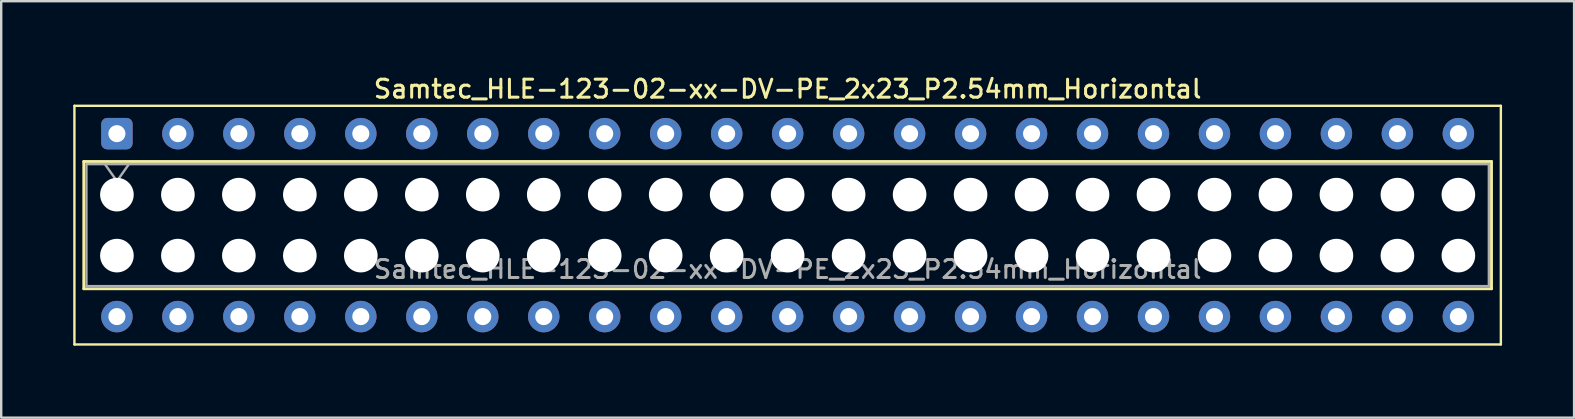
<source format=kicad_pcb>
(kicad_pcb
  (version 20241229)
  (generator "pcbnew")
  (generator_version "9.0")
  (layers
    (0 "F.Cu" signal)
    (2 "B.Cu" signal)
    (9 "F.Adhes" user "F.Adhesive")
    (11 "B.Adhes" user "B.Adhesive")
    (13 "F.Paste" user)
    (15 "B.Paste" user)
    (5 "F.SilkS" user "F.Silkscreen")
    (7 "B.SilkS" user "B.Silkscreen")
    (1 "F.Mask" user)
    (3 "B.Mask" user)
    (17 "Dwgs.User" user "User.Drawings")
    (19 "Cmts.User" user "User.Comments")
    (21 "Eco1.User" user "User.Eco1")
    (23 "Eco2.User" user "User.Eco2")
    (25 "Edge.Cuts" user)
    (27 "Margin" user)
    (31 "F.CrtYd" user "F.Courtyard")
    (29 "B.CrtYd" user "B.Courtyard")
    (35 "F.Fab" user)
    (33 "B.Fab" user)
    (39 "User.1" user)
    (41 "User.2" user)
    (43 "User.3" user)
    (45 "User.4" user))
  (footprint "Samtec_HLE-123-02-xx-DV-PE_2x23_P2.54mm_Horizontal"
    (layer "F.Cu")
    (at 1.82 2.518)
    (property "Reference" "Samtec_HLE-123-02-xx-DV-PE_2x23_P2.54mm_Horizontal" (at 27.94 -1.86 0) (layer "F.SilkS") (effects (font (size 0.75 0.75) (thickness 0.125))))
    (attr through_hole)
    (fp_line (start -1.77 -1.16) (end 57.65 -1.16) (stroke (width 0.1) (type solid)) (layer "F.SilkS"))
    (fp_line (start -1.77 8.78) (end -1.77 -1.16) (stroke (width 0.1) (type solid)) (layer "F.SilkS"))
    (fp_line (start -1.38 1.16) (end 57.26 1.16) (stroke (width 0.12) (type solid)) (layer "F.SilkS"))
    (fp_line (start -1.38 6.46) (end -1.38 1.16) (stroke (width 0.12) (type solid)) (layer "F.SilkS"))
    (fp_line (start 57.26 1.16) (end 57.26 6.46) (stroke (width 0.12) (type solid)) (layer "F.SilkS"))
    (fp_line (start 57.26 6.46) (end -1.38 6.46) (stroke (width 0.12) (type solid)) (layer "F.SilkS"))
    (fp_line (start 57.65 -1.16) (end 57.65 8.78) (stroke (width 0.1) (type solid)) (layer "F.SilkS"))
    (fp_line (start 57.65 8.78) (end -1.77 8.78) (stroke (width 0.1) (type solid)) (layer "F.SilkS"))
    (fp_line (start -1.27 1.27) (end 57.15 1.27) (stroke (width 0.1) (type solid)) (layer "F.Fab"))
    (fp_line (start -1.27 6.35) (end -1.27 1.27) (stroke (width 0.1) (type solid)) (layer "F.Fab"))
    (fp_line (start -0.5 1.27) (end 0 1.977) (stroke (width 0.1) (type solid)) (layer "F.Fab"))
    (fp_line (start 0 1.977) (end 0.5 1.27) (stroke (width 0.1) (type solid)) (layer "F.Fab"))
    (fp_line (start 57.15 1.27) (end 57.15 6.35) (stroke (width 0.1) (type solid)) (layer "F.Fab"))
    (fp_line (start 57.15 6.35) (end -1.27 6.35) (stroke (width 0.1) (type solid)) (layer "F.Fab"))
    (fp_text user "${REFERENCE}" (at 27.94 5.65 0) (layer "F.Fab") (effects (font (size 0.75 0.75) (thickness 0.125))))
    (pad "" np_thru_hole circle (at 0 2.54) (size 1.4 1.4) (drill 1.4) (layers "*.Cu" "*.Mask"))
    (pad "" np_thru_hole circle (at 0 5.08) (size 1.4 1.4) (drill 1.4) (layers "*.Cu" "*.Mask"))
    (pad "" np_thru_hole circle (at 2.54 2.54) (size 1.4 1.4) (drill 1.4) (layers "*.Cu" "*.Mask"))
    (pad "" np_thru_hole circle (at 2.54 5.08) (size 1.4 1.4) (drill 1.4) (layers "*.Cu" "*.Mask"))
    (pad "" np_thru_hole circle (at 5.08 2.54) (size 1.4 1.4) (drill 1.4) (layers "*.Cu" "*.Mask"))
    (pad "" np_thru_hole circle (at 5.08 5.08) (size 1.4 1.4) (drill 1.4) (layers "*.Cu" "*.Mask"))
    (pad "" np_thru_hole circle (at 7.62 2.54) (size 1.4 1.4) (drill 1.4) (layers "*.Cu" "*.Mask"))
    (pad "" np_thru_hole circle (at 7.62 5.08) (size 1.4 1.4) (drill 1.4) (layers "*.Cu" "*.Mask"))
    (pad "" np_thru_hole circle (at 10.16 2.54) (size 1.4 1.4) (drill 1.4) (layers "*.Cu" "*.Mask"))
    (pad "" np_thru_hole circle (at 10.16 5.08) (size 1.4 1.4) (drill 1.4) (layers "*.Cu" "*.Mask"))
    (pad "" np_thru_hole circle (at 12.7 2.54) (size 1.4 1.4) (drill 1.4) (layers "*.Cu" "*.Mask"))
    (pad "" np_thru_hole circle (at 12.7 5.08) (size 1.4 1.4) (drill 1.4) (layers "*.Cu" "*.Mask"))
    (pad "" np_thru_hole circle (at 15.24 2.54) (size 1.4 1.4) (drill 1.4) (layers "*.Cu" "*.Mask"))
    (pad "" np_thru_hole circle (at 15.24 5.08) (size 1.4 1.4) (drill 1.4) (layers "*.Cu" "*.Mask"))
    (pad "" np_thru_hole circle (at 17.78 2.54) (size 1.4 1.4) (drill 1.4) (layers "*.Cu" "*.Mask"))
    (pad "" np_thru_hole circle (at 17.78 5.08) (size 1.4 1.4) (drill 1.4) (layers "*.Cu" "*.Mask"))
    (pad "" np_thru_hole circle (at 20.32 2.54) (size 1.4 1.4) (drill 1.4) (layers "*.Cu" "*.Mask"))
    (pad "" np_thru_hole circle (at 20.32 5.08) (size 1.4 1.4) (drill 1.4) (layers "*.Cu" "*.Mask"))
    (pad "" np_thru_hole circle (at 22.86 2.54) (size 1.4 1.4) (drill 1.4) (layers "*.Cu" "*.Mask"))
    (pad "" np_thru_hole circle (at 22.86 5.08) (size 1.4 1.4) (drill 1.4) (layers "*.Cu" "*.Mask"))
    (pad "" np_thru_hole circle (at 25.4 2.54) (size 1.4 1.4) (drill 1.4) (layers "*.Cu" "*.Mask"))
    (pad "" np_thru_hole circle (at 25.4 5.08) (size 1.4 1.4) (drill 1.4) (layers "*.Cu" "*.Mask"))
    (pad "" np_thru_hole circle (at 27.94 2.54) (size 1.4 1.4) (drill 1.4) (layers "*.Cu" "*.Mask"))
    (pad "" np_thru_hole circle (at 27.94 5.08) (size 1.4 1.4) (drill 1.4) (layers "*.Cu" "*.Mask"))
    (pad "" np_thru_hole circle (at 30.48 2.54) (size 1.4 1.4) (drill 1.4) (layers "*.Cu" "*.Mask"))
    (pad "" np_thru_hole circle (at 30.48 5.08) (size 1.4 1.4) (drill 1.4) (layers "*.Cu" "*.Mask"))
    (pad "" np_thru_hole circle (at 33.02 2.54) (size 1.4 1.4) (drill 1.4) (layers "*.Cu" "*.Mask"))
    (pad "" np_thru_hole circle (at 33.02 5.08) (size 1.4 1.4) (drill 1.4) (layers "*.Cu" "*.Mask"))
    (pad "" np_thru_hole circle (at 35.56 2.54) (size 1.4 1.4) (drill 1.4) (layers "*.Cu" "*.Mask"))
    (pad "" np_thru_hole circle (at 35.56 5.08) (size 1.4 1.4) (drill 1.4) (layers "*.Cu" "*.Mask"))
    (pad "" np_thru_hole circle (at 38.1 2.54) (size 1.4 1.4) (drill 1.4) (layers "*.Cu" "*.Mask"))
    (pad "" np_thru_hole circle (at 38.1 5.08) (size 1.4 1.4) (drill 1.4) (layers "*.Cu" "*.Mask"))
    (pad "" np_thru_hole circle (at 40.64 2.54) (size 1.4 1.4) (drill 1.4) (layers "*.Cu" "*.Mask"))
    (pad "" np_thru_hole circle (at 40.64 5.08) (size 1.4 1.4) (drill 1.4) (layers "*.Cu" "*.Mask"))
    (pad "" np_thru_hole circle (at 43.18 2.54) (size 1.4 1.4) (drill 1.4) (layers "*.Cu" "*.Mask"))
    (pad "" np_thru_hole circle (at 43.18 5.08) (size 1.4 1.4) (drill 1.4) (layers "*.Cu" "*.Mask"))
    (pad "" np_thru_hole circle (at 45.72 2.54) (size 1.4 1.4) (drill 1.4) (layers "*.Cu" "*.Mask"))
    (pad "" np_thru_hole circle (at 45.72 5.08) (size 1.4 1.4) (drill 1.4) (layers "*.Cu" "*.Mask"))
    (pad "" np_thru_hole circle (at 48.26 2.54) (size 1.4 1.4) (drill 1.4) (layers "*.Cu" "*.Mask"))
    (pad "" np_thru_hole circle (at 48.26 5.08) (size 1.4 1.4) (drill 1.4) (layers "*.Cu" "*.Mask"))
    (pad "" np_thru_hole circle (at 50.8 2.54) (size 1.4 1.4) (drill 1.4) (layers "*.Cu" "*.Mask"))
    (pad "" np_thru_hole circle (at 50.8 5.08) (size 1.4 1.4) (drill 1.4) (layers "*.Cu" "*.Mask"))
    (pad "" np_thru_hole circle (at 53.34 2.54) (size 1.4 1.4) (drill 1.4) (layers "*.Cu" "*.Mask"))
    (pad "" np_thru_hole circle (at 53.34 5.08) (size 1.4 1.4) (drill 1.4) (layers "*.Cu" "*.Mask"))
    (pad "" np_thru_hole circle (at 55.88 2.54) (size 1.4 1.4) (drill 1.4) (layers "*.Cu" "*.Mask"))
    (pad "" np_thru_hole circle (at 55.88 5.08) (size 1.4 1.4) (drill 1.4) (layers "*.Cu" "*.Mask"))
    (pad "1" thru_hole roundrect (at 0 0) (size 1.31 1.31) (drill 0.71) (layers "*.Cu" "*.Mask") (roundrect_rratio 0.191))
    (pad "2" thru_hole circle (at 0 7.62) (size 1.31 1.31) (drill 0.71) (layers "*.Cu" "*.Mask"))
    (pad "3" thru_hole circle (at 2.54 0) (size 1.31 1.31) (drill 0.71) (layers "*.Cu" "*.Mask"))
    (pad "4" thru_hole circle (at 2.54 7.62) (size 1.31 1.31) (drill 0.71) (layers "*.Cu" "*.Mask"))
    (pad "5" thru_hole circle (at 5.08 0) (size 1.31 1.31) (drill 0.71) (layers "*.Cu" "*.Mask"))
    (pad "6" thru_hole circle (at 5.08 7.62) (size 1.31 1.31) (drill 0.71) (layers "*.Cu" "*.Mask"))
    (pad "7" thru_hole circle (at 7.62 0) (size 1.31 1.31) (drill 0.71) (layers "*.Cu" "*.Mask"))
    (pad "8" thru_hole circle (at 7.62 7.62) (size 1.31 1.31) (drill 0.71) (layers "*.Cu" "*.Mask"))
    (pad "9" thru_hole circle (at 10.16 0) (size 1.31 1.31) (drill 0.71) (layers "*.Cu" "*.Mask"))
    (pad "10" thru_hole circle (at 10.16 7.62) (size 1.31 1.31) (drill 0.71) (layers "*.Cu" "*.Mask"))
    (pad "11" thru_hole circle (at 12.7 0) (size 1.31 1.31) (drill 0.71) (layers "*.Cu" "*.Mask"))
    (pad "12" thru_hole circle (at 12.7 7.62) (size 1.31 1.31) (drill 0.71) (layers "*.Cu" "*.Mask"))
    (pad "13" thru_hole circle (at 15.24 0) (size 1.31 1.31) (drill 0.71) (layers "*.Cu" "*.Mask"))
    (pad "14" thru_hole circle (at 15.24 7.62) (size 1.31 1.31) (drill 0.71) (layers "*.Cu" "*.Mask"))
    (pad "15" thru_hole circle (at 17.78 0) (size 1.31 1.31) (drill 0.71) (layers "*.Cu" "*.Mask"))
    (pad "16" thru_hole circle (at 17.78 7.62) (size 1.31 1.31) (drill 0.71) (layers "*.Cu" "*.Mask"))
    (pad "17" thru_hole circle (at 20.32 0) (size 1.31 1.31) (drill 0.71) (layers "*.Cu" "*.Mask"))
    (pad "18" thru_hole circle (at 20.32 7.62) (size 1.31 1.31) (drill 0.71) (layers "*.Cu" "*.Mask"))
    (pad "19" thru_hole circle (at 22.86 0) (size 1.31 1.31) (drill 0.71) (layers "*.Cu" "*.Mask"))
    (pad "20" thru_hole circle (at 22.86 7.62) (size 1.31 1.31) (drill 0.71) (layers "*.Cu" "*.Mask"))
    (pad "21" thru_hole circle (at 25.4 0) (size 1.31 1.31) (drill 0.71) (layers "*.Cu" "*.Mask"))
    (pad "22" thru_hole circle (at 25.4 7.62) (size 1.31 1.31) (drill 0.71) (layers "*.Cu" "*.Mask"))
    (pad "23" thru_hole circle (at 27.94 0) (size 1.31 1.31) (drill 0.71) (layers "*.Cu" "*.Mask"))
    (pad "24" thru_hole circle (at 27.94 7.62) (size 1.31 1.31) (drill 0.71) (layers "*.Cu" "*.Mask"))
    (pad "25" thru_hole circle (at 30.48 0) (size 1.31 1.31) (drill 0.71) (layers "*.Cu" "*.Mask"))
    (pad "26" thru_hole circle (at 30.48 7.62) (size 1.31 1.31) (drill 0.71) (layers "*.Cu" "*.Mask"))
    (pad "27" thru_hole circle (at 33.02 0) (size 1.31 1.31) (drill 0.71) (layers "*.Cu" "*.Mask"))
    (pad "28" thru_hole circle (at 33.02 7.62) (size 1.31 1.31) (drill 0.71) (layers "*.Cu" "*.Mask"))
    (pad "29" thru_hole circle (at 35.56 0) (size 1.31 1.31) (drill 0.71) (layers "*.Cu" "*.Mask"))
    (pad "30" thru_hole circle (at 35.56 7.62) (size 1.31 1.31) (drill 0.71) (layers "*.Cu" "*.Mask"))
    (pad "31" thru_hole circle (at 38.1 0) (size 1.31 1.31) (drill 0.71) (layers "*.Cu" "*.Mask"))
    (pad "32" thru_hole circle (at 38.1 7.62) (size 1.31 1.31) (drill 0.71) (layers "*.Cu" "*.Mask"))
    (pad "33" thru_hole circle (at 40.64 0) (size 1.31 1.31) (drill 0.71) (layers "*.Cu" "*.Mask"))
    (pad "34" thru_hole circle (at 40.64 7.62) (size 1.31 1.31) (drill 0.71) (layers "*.Cu" "*.Mask"))
    (pad "35" thru_hole circle (at 43.18 0) (size 1.31 1.31) (drill 0.71) (layers "*.Cu" "*.Mask"))
    (pad "36" thru_hole circle (at 43.18 7.62) (size 1.31 1.31) (drill 0.71) (layers "*.Cu" "*.Mask"))
    (pad "37" thru_hole circle (at 45.72 0) (size 1.31 1.31) (drill 0.71) (layers "*.Cu" "*.Mask"))
    (pad "38" thru_hole circle (at 45.72 7.62) (size 1.31 1.31) (drill 0.71) (layers "*.Cu" "*.Mask"))
    (pad "39" thru_hole circle (at 48.26 0) (size 1.31 1.31) (drill 0.71) (layers "*.Cu" "*.Mask"))
    (pad "40" thru_hole circle (at 48.26 7.62) (size 1.31 1.31) (drill 0.71) (layers "*.Cu" "*.Mask"))
    (pad "41" thru_hole circle (at 50.8 0) (size 1.31 1.31) (drill 0.71) (layers "*.Cu" "*.Mask"))
    (pad "42" thru_hole circle (at 50.8 7.62) (size 1.31 1.31) (drill 0.71) (layers "*.Cu" "*.Mask"))
    (pad "43" thru_hole circle (at 53.34 0) (size 1.31 1.31) (drill 0.71) (layers "*.Cu" "*.Mask"))
    (pad "44" thru_hole circle (at 53.34 7.62) (size 1.31 1.31) (drill 0.71) (layers "*.Cu" "*.Mask"))
    (pad "45" thru_hole circle (at 55.88 0) (size 1.31 1.31) (drill 0.71) (layers "*.Cu" "*.Mask"))
    (pad "46" thru_hole circle (at 55.88 7.62) (size 1.31 1.31) (drill 0.71) (layers "*.Cu" "*.Mask")))
  (gr_rect
    (start -3 -3)
    (end 62.52 14.348)
    (stroke (width 0.1) (type default))
    (fill no)
    (layer "Edge.Cuts")))
</source>
